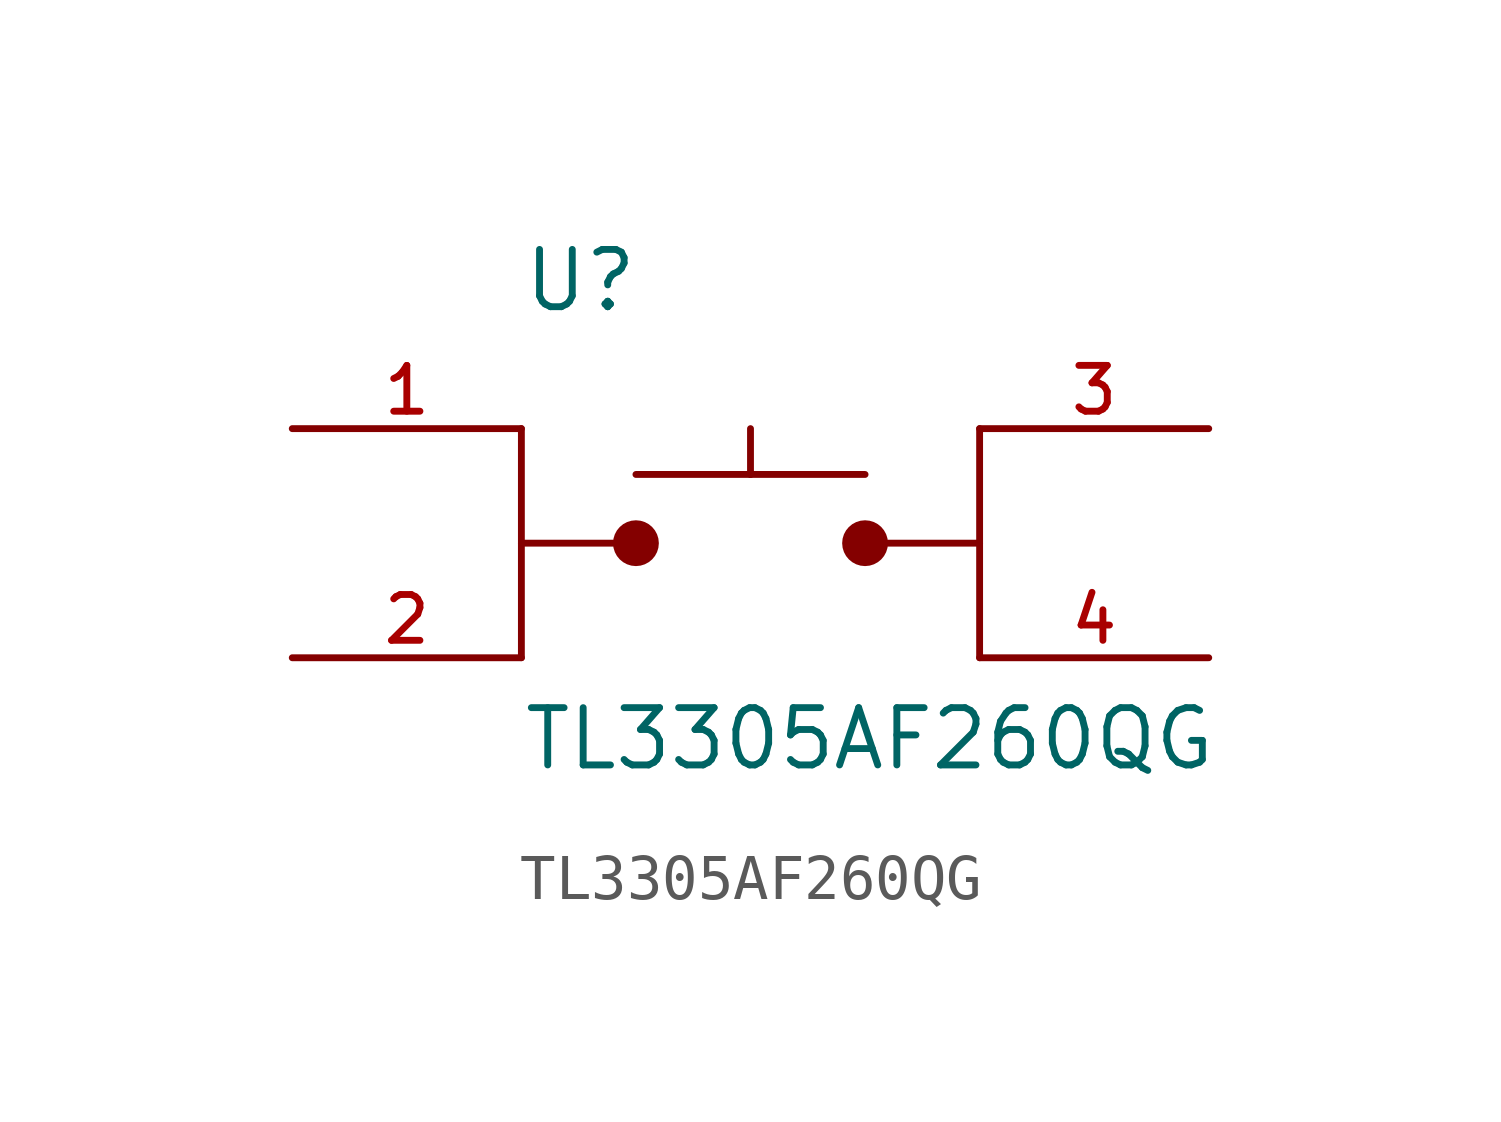
<source format=kicad_sym>
(kicad_symbol_lib
  (version 20211014)
  (generator kicad_symbol_editor)
  (symbol "TL3305AF260QG"
    (pin_names
      (offset 1.016))
    (property "Reference" "U"
      (at -5.08 5.08 0)
      (effects (font (size 1.27 1.27)) (justify bottom left)))
    (property "Value" "TL3305AF260QG"
      (at -5.08 -5.08 0)
      (effects (font (size 1.27 1.27)) (justify bottom left)))
    (symbol "TL3305AF260QG_0_0"
      (polyline (pts (xy -5.08 0.0) (xy -2.54 0.0)) (stroke (width 0.152)))
      (circle (center -2.54 0.0) (radius 0.254) (stroke (width 0.508)) (fill (type none)))
      (polyline (pts (xy 5.08 0.0) (xy 2.54 0.0)) (stroke (width 0.152)))
      (circle (center 2.54 0.0) (radius 0.254) (stroke (width 0.508)) (fill (type none)))
      (polyline (pts (xy -2.54 1.524) (xy 0.0 1.524)) (stroke (width 0.152)))
      (polyline (pts (xy 0.0 1.524) (xy 2.54 1.524)) (stroke (width 0.152)))
      (polyline (pts (xy 0.0 2.54) (xy 0.0 1.524)) (stroke (width 0.152)))
      (polyline (pts (xy -5.08 2.54) (xy -5.08 -2.54)) (stroke (width 0.152)))
      (polyline (pts (xy 5.08 2.54) (xy 5.08 -2.54)) (stroke (width 0.152)))
      (pin passive line (at -10.16 2.54 0) (length 5.08) (name "~" (effects (font (size 1.016 1.016)))) (number "1" (effects (font (size 1.016 1.016)))))
      (pin passive line (at -10.16 -2.54 0) (length 5.08) (name "~" (effects (font (size 1.016 1.016)))) (number "2" (effects (font (size 1.016 1.016)))))
      (pin passive line (at 10.16 2.54 180.0) (length 5.08) (name "~" (effects (font (size 1.016 1.016)))) (number "3" (effects (font (size 1.016 1.016)))))
      (pin passive line (at 10.16 -2.54 180.0) (length 5.08) (name "~" (effects (font (size 1.016 1.016)))) (number "4" (effects (font (size 1.016 1.016))))))))
</source>
